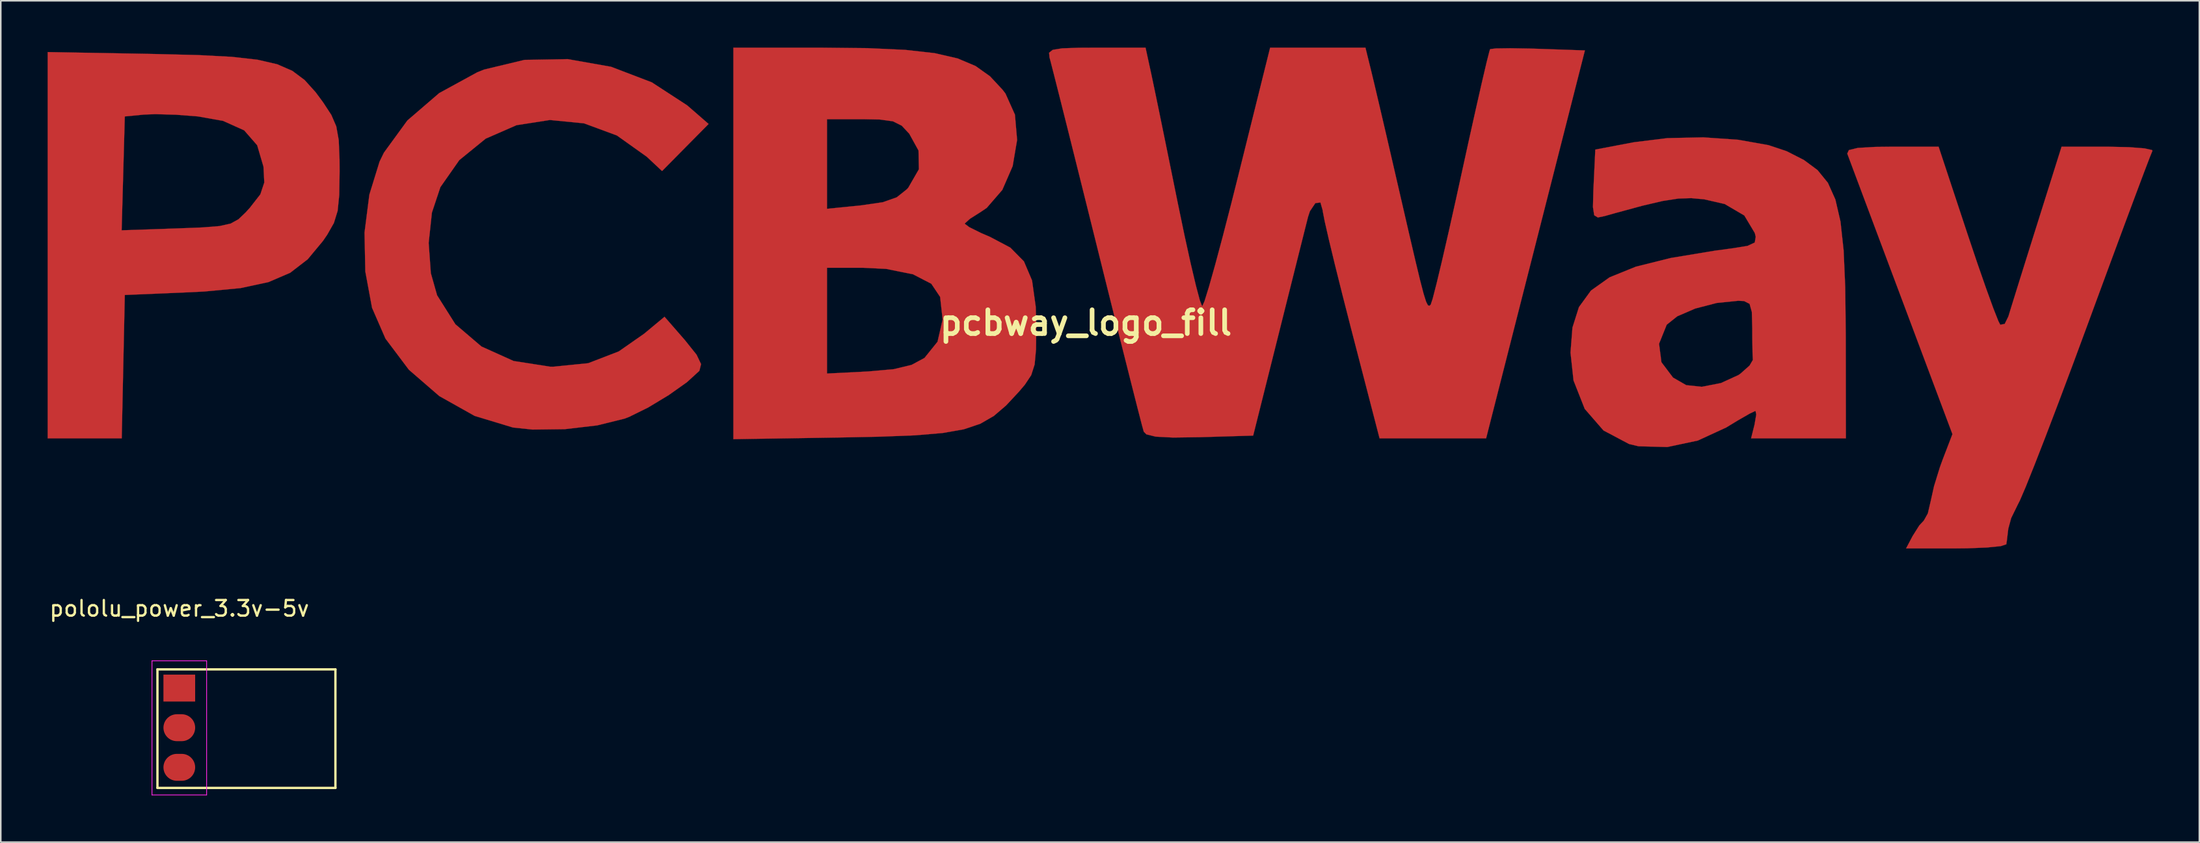
<source format=kicad_pcb>
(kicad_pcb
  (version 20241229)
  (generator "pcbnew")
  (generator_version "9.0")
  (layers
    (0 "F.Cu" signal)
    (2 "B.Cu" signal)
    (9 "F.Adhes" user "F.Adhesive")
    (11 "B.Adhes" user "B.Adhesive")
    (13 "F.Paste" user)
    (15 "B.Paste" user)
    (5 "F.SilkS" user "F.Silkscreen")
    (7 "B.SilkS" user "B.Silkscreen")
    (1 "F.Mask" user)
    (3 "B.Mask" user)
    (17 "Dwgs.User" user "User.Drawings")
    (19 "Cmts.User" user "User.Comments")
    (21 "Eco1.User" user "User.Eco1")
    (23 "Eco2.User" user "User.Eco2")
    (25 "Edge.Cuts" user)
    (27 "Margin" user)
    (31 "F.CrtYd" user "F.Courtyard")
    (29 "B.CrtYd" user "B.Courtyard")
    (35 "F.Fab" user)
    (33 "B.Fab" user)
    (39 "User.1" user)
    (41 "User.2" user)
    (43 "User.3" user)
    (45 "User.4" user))
  (footprint "pcbway_logo_fill"
    (layer "F.Cu")
    (at 66.504 17.644)
    (property "Reference" "pcbway_logo_fill" (at 0 0 0) (layer "F.SilkS") (effects (font (size 1.524 1.524) (thickness 0.3))))
    (attr through_hole)
    (fp_poly (pts (xy -59.619 -17.232) (xy -56.867 -17.164) (xy -54.715 -17.052) (xy -53.061 -16.866) (xy -51.8 -16.576) (xy -50.828 -16.152) (xy -50.042 -15.564) (xy -49.337 -14.782) (xy -48.86 -14.137) (xy -48.33 -13.326) (xy -48.014 -12.594) (xy -47.857 -11.713) (xy -47.805 -10.457) (xy -47.801 -9.701) (xy -47.824 -8.2) (xy -47.927 -7.175) (xy -48.165 -6.401) (xy -48.592 -5.649) (xy -48.863 -5.253) (xy -49.843 -4.073) (xy -50.965 -3.208) (xy -52.357 -2.609) (xy -54.15 -2.224) (xy -56.471 -2.005) (xy -57.326 -1.962) (xy -61.56 -1.783) (xy -61.757 7.408) (xy -64.128 7.408) (xy -66.499 7.408) (xy -66.499 -5.93) (xy -61.762 -5.93) (xy -58.192 -6.052) (xy -56.572 -6.115) (xy -55.49 -6.202) (xy -54.781 -6.361) (xy -54.277 -6.639) (xy -53.812 -7.084) (xy -53.553 -7.37) (xy -52.878 -8.235) (xy -52.625 -8.995) (xy -52.677 -10) (xy -52.679 -10.015) (xy -53.081 -11.383) (xy -53.914 -12.338) (xy -55.261 -12.943) (xy -56.871 -13.23) (xy -58.281 -13.339) (xy -59.606 -13.375) (xy -60.325 -13.348) (xy -61.56 -13.229) (xy -61.762 -5.93) (xy -66.499 -5.93) (xy -66.499 -17.357) (xy -59.619 -17.232)) (stroke (width 0.01) (type solid)) (fill yes) (layer "F.Cu"))
    (fp_poly (pts (xy -30.411 -16.413) (xy -27.804 -15.416) (xy -25.546 -13.946) (xy -25.4 -13.821) (xy -24.165 -12.747) (xy -25.656 -11.238) (xy -27.147 -9.729) (xy -28.125 -10.645) (xy -30.037 -12.008) (xy -32.146 -12.787) (xy -34.33 -13.001) (xy -36.47 -12.668) (xy -38.444 -11.805) (xy -40.132 -10.431) (xy -41.345 -8.697) (xy -41.888 -7.063) (xy -42.096 -5.12) (xy -41.957 -3.182) (xy -41.556 -1.764) (xy -40.384 0.093) (xy -38.715 1.519) (xy -36.658 2.447) (xy -34.319 2.812) (xy -34.12 2.814) (xy -31.875 2.589) (xy -29.921 1.835) (xy -28.292 0.698) (xy -26.988 -0.388) (xy -25.681 1.113) (xy -24.936 2.044) (xy -24.648 2.647) (xy -24.751 3.065) (xy -24.779 3.1) (xy -25.55 3.805) (xy -26.718 4.633) (xy -28.034 5.428) (xy -29.251 6.029) (xy -29.549 6.144) (xy -31.301 6.577) (xy -33.383 6.82) (xy -35.438 6.845) (xy -36.693 6.714) (xy -39.149 5.97) (xy -41.416 4.697) (xy -43.365 3.008) (xy -44.864 1.013) (xy -45.723 -0.961) (xy -46.154 -3.288) (xy -46.205 -5.786) (xy -45.895 -8.216) (xy -45.241 -10.336) (xy -44.962 -10.909) (xy -43.461 -12.97) (xy -41.421 -14.726) (xy -38.981 -16.061) (xy -38.542 -16.236) (xy -35.958 -16.856) (xy -33.188 -16.904) (xy -30.411 -16.413)) (stroke (width 0.01) (type solid)) (fill yes) (layer "F.Cu"))
    (fp_poly (pts (xy 56.459 -5.733) (xy 57.089 -3.858) (xy 57.66 -2.217) (xy 58.128 -0.927) (xy 58.452 -0.107) (xy 58.57 0.124) (xy 58.855 0.071) (xy 59.09 -0.405) (xy 59.281 -1.028) (xy 59.639 -2.181) (xy 60.119 -3.719) (xy 60.677 -5.499) (xy 60.917 -6.262) (xy 62.498 -11.289) (xy 65.489 -11.289) (xy 66.818 -11.26) (xy 67.803 -11.184) (xy 68.294 -11.075) (xy 68.318 -11.024) (xy 68.161 -10.64) (xy 67.792 -9.674) (xy 67.241 -8.206) (xy 66.537 -6.316) (xy 65.711 -4.086) (xy 64.792 -1.595) (xy 64.206 0) (xy 63.229 2.644) (xy 62.305 5.106) (xy 61.47 7.299) (xy 60.755 9.136) (xy 60.196 10.531) (xy 59.824 11.398) (xy 59.711 11.619) (xy 59.27 12.52) (xy 59.084 13.207) (xy 58.998 13.925) (xy 58.959 14.199) (xy 58.612 14.316) (xy 57.719 14.406) (xy 56.441 14.457) (xy 55.726 14.464) (xy 52.539 14.464) (xy 52.957 13.67) (xy 53.388 12.987) (xy 53.674 12.68) (xy 53.932 12.22) (xy 54.113 11.445) (xy 54.328 10.478) (xy 54.704 9.259) (xy 54.88 8.773) (xy 55.508 7.138) (xy 52.221 -1.634) (xy 51.337 -3.993) (xy 50.531 -6.145) (xy 49.837 -7.998) (xy 49.289 -9.462) (xy 48.922 -10.444) (xy 48.771 -10.848) (xy 48.874 -11.073) (xy 49.444 -11.212) (xy 50.572 -11.278) (xy 51.615 -11.289) (xy 54.622 -11.289) (xy 56.459 -5.733)) (stroke (width 0.01) (type solid)) (fill yes) (layer "F.Cu"))
    (fp_poly (pts (xy -13.975 -17.608) (xy -11.575 -17.498) (xy -9.688 -17.287) (xy -8.216 -16.949) (xy -7.065 -16.462) (xy -6.137 -15.801) (xy -5.338 -14.943) (xy -5.15 -14.698) (xy -4.543 -13.346) (xy -4.404 -11.723) (xy -4.688 -10.044) (xy -5.351 -8.52) (xy -6.35 -7.366) (xy -6.725 -7.113) (xy -7.423 -6.669) (xy -7.754 -6.368) (xy -7.758 -6.35) (xy -7.462 -6.127) (xy -6.707 -5.753) (xy -6.137 -5.507) (xy -4.84 -4.822) (xy -3.966 -3.936) (xy -3.446 -2.715) (xy -3.21 -1.026) (xy -3.176 0.252) (xy -3.193 1.711) (xy -3.282 2.675) (xy -3.5 3.356) (xy -3.904 3.965) (xy -4.288 4.418) (xy -5.107 5.297) (xy -5.896 5.972) (xy -6.766 6.474) (xy -7.823 6.829) (xy -9.175 7.066) (xy -10.931 7.214) (xy -13.199 7.301) (xy -15.434 7.346) (xy -22.578 7.46) (xy -22.578 -3.528) (xy -16.581 -3.528) (xy -16.581 3.252) (xy -13.953 3.119) (xy -12.305 2.972) (xy -11.164 2.698) (xy -10.337 2.252) (xy -9.501 1.212) (xy -9.174 -0.21) (xy -9.335 -1.66) (xy -9.9 -2.503) (xy -11.073 -3.11) (xy -12.789 -3.455) (xy -14.276 -3.528) (xy -16.581 -3.528) (xy -22.578 -3.528) (xy -22.578 -13.053) (xy -16.581 -13.053) (xy -16.581 -7.308) (xy -14.376 -7.531) (xy -13.008 -7.73) (xy -12.115 -8.044) (xy -11.466 -8.561) (xy -11.377 -8.659) (xy -10.696 -9.842) (xy -10.719 -11.044) (xy -11.314 -12.123) (xy -11.795 -12.637) (xy -12.357 -12.917) (xy -13.222 -13.033) (xy -14.313 -13.053) (xy -16.581 -13.053) (xy -22.578 -13.053) (xy -22.578 -17.639) (xy -16.981 -17.639) (xy -13.975 -17.608)) (stroke (width 0.01) (type solid)) (fill yes) (layer "F.Cu"))
    (fp_poly (pts (xy 41.786 -11.734) (xy 43.732 -11.388) (xy 44.889 -11.001) (xy 45.997 -10.435) (xy 46.868 -9.789) (xy 47.53 -8.975) (xy 48.01 -7.905) (xy 48.337 -6.491) (xy 48.538 -4.644) (xy 48.641 -2.276) (xy 48.674 0.701) (xy 48.675 0.97) (xy 48.683 7.408) (xy 42.61 7.408) (xy 42.831 6.526) (xy 42.942 5.872) (xy 42.893 5.644) (xy 42.531 5.816) (xy 41.76 6.259) (xy 41.017 6.711) (xy 39.2 7.548) (xy 37.242 7.964) (xy 35.402 7.916) (xy 34.791 7.769) (xy 33.155 6.901) (xy 31.954 5.518) (xy 31.237 3.698) (xy 31.044 1.911) (xy 31.088 1.343) (xy 36.716 1.343) (xy 36.868 2.526) (xy 37.611 3.511) (xy 38.453 3.996) (xy 39.452 4.102) (xy 40.681 3.862) (xy 41.801 3.349) (xy 41.93 3.259) (xy 42.514 2.739) (xy 42.723 2.381) (xy 42.702 1.9) (xy 42.688 0.969) (xy 42.686 0.353) (xy 42.658 -0.694) (xy 42.513 -1.215) (xy 42.158 -1.394) (xy 41.784 -1.411) (xy 40.416 -1.273) (xy 39.033 -0.914) (xy 37.878 -0.415) (xy 37.207 0.123) (xy 36.716 1.343) (xy 31.088 1.343) (xy 31.168 0.305) (xy 31.583 -1.007) (xy 32.354 -2.067) (xy 33.547 -2.916) (xy 35.228 -3.598) (xy 37.461 -4.155) (xy 40.313 -4.628) (xy 41.379 -4.771) (xy 42.387 -4.932) (xy 42.845 -5.146) (xy 42.907 -5.514) (xy 42.848 -5.757) (xy 42.177 -6.878) (xy 40.923 -7.614) (xy 39.601 -7.917) (xy 38.78 -7.991) (xy 37.953 -7.965) (xy 36.964 -7.813) (xy 35.658 -7.508) (xy 33.881 -7.026) (xy 33.231 -6.842) (xy 32.794 -6.752) (xy 32.561 -6.895) (xy 32.482 -7.414) (xy 32.507 -8.453) (xy 32.526 -8.859) (xy 32.632 -11.106) (xy 35.101 -11.575) (xy 37.247 -11.84) (xy 39.55 -11.889) (xy 41.786 -11.734)) (stroke (width 0.01) (type solid)) (fill yes) (layer "F.Cu"))
    (fp_poly (pts (xy 4.187 -15.963) (xy 4.373 -15.081) (xy 4.669 -13.653) (xy 5.044 -11.822) (xy 5.47 -9.733) (xy 5.888 -7.673) (xy 6.315 -5.618) (xy 6.709 -3.824) (xy 7.047 -2.395) (xy 7.301 -1.439) (xy 7.448 -1.06) (xy 7.454 -1.058) (xy 7.599 -1.386) (xy 7.884 -2.305) (xy 8.284 -3.724) (xy 8.772 -5.548) (xy 9.324 -7.685) (xy 9.742 -9.349) (xy 11.803 -17.639) (xy 17.908 -17.639) (xy 18.278 -16.14) (xy 18.477 -15.311) (xy 18.8 -13.937) (xy 19.214 -12.164) (xy 19.684 -10.133) (xy 20.109 -8.29) (xy 20.67 -5.856) (xy 21.096 -4.028) (xy 21.41 -2.722) (xy 21.635 -1.858) (xy 21.794 -1.353) (xy 21.909 -1.125) (xy 22.004 -1.091) (xy 22.086 -1.155) (xy 22.214 -1.541) (xy 22.465 -2.519) (xy 22.817 -3.99) (xy 23.245 -5.853) (xy 23.727 -8.012) (xy 24.028 -9.388) (xy 24.527 -11.668) (xy 24.981 -13.708) (xy 25.367 -15.408) (xy 25.663 -16.673) (xy 25.848 -17.404) (xy 25.895 -17.546) (xy 26.279 -17.59) (xy 27.196 -17.602) (xy 28.475 -17.581) (xy 28.992 -17.565) (xy 31.966 -17.462) (xy 28.802 -5.027) (xy 25.638 7.408) (xy 18.813 7.408) (xy 16.991 0.375) (xy 16.441 -1.776) (xy 15.957 -3.715) (xy 15.567 -5.332) (xy 15.297 -6.515) (xy 15.174 -7.152) (xy 15.169 -7.21) (xy 15.025 -7.713) (xy 14.699 -7.671) (xy 14.352 -7.154) (xy 14.232 -6.791) (xy 14.07 -6.149) (xy 13.769 -4.949) (xy 13.36 -3.319) (xy 12.875 -1.384) (xy 12.352 0.706) (xy 10.717 7.232) (xy 7.293 7.333) (xy 5.58 7.356) (xy 4.473 7.299) (xy 3.877 7.151) (xy 3.709 6.98) (xy 3.588 6.54) (xy 3.319 5.498) (xy 2.923 3.938) (xy 2.42 1.944) (xy 1.832 -0.401) (xy 1.18 -3.014) (xy 0.702 -4.939) (xy 0.016 -7.697) (xy -0.622 -10.254) (xy -1.189 -12.524) (xy -1.666 -14.422) (xy -2.031 -15.863) (xy -2.261 -16.762) (xy -2.331 -17.022) (xy -2.354 -17.315) (xy -2.125 -17.498) (xy -1.521 -17.596) (xy -0.417 -17.634) (xy 0.653 -17.639) (xy 3.823 -17.639) (xy 4.187 -15.963)) (stroke (width 0.01) (type solid)) (fill yes) (layer "F.Cu")))
  (footprint "pololu_power_3.3v-5v"
    (layer "F.Cu")
    (at 8.435 41.061)
    (property "Reference" "pololu_power_3.3v-5v" (at 0 -5.1 0) (layer "F.SilkS") (effects (font (size 1 1) (thickness 0.15))))
    (attr through_hole)
    (fp_line (start -1.4 -1.2) (end -1.4 6.4) (stroke (width 0.15) (type solid)) (layer "F.SilkS"))
    (fp_line (start -1.4 -1.2) (end 10 -1.2) (stroke (width 0.15) (type solid)) (layer "F.SilkS"))
    (fp_line (start -1.4 6.4) (end 10 6.4) (stroke (width 0.15) (type solid)) (layer "F.SilkS"))
    (fp_line (start 10 6.4) (end 10 -1.2) (stroke (width 0.15) (type solid)) (layer "F.SilkS"))
    (fp_line (start -1.75 -1.75) (end -1.75 6.85) (stroke (width 0.05) (type solid)) (layer "F.CrtYd"))
    (fp_line (start -1.75 -1.75) (end 1.75 -1.75) (stroke (width 0.05) (type solid)) (layer "F.CrtYd"))
    (fp_line (start -1.75 6.85) (end 1.75 6.85) (stroke (width 0.05) (type solid)) (layer "F.CrtYd"))
    (fp_line (start 1.75 -1.75) (end 1.75 6.85) (stroke (width 0.05) (type solid)) (layer "F.CrtYd"))
    (pad "1" smd rect (at 0 0) (size 2.032 1.727) (layers "F.Cu" "F.Mask" "F.Paste"))
    (pad "2" smd oval (at 0 2.54) (size 2.032 1.727) (layers "F.Cu" "F.Mask" "F.Paste"))
    (pad "3" smd oval (at 0 5.08) (size 2.032 1.727) (layers "F.Cu" "F.Mask" "F.Paste")))
  (gr_rect
    (start -3 -3)
    (end 137.827 50.936)
    (stroke (width 0.1) (type default))
    (fill no)
    (layer "Edge.Cuts")))
</source>
